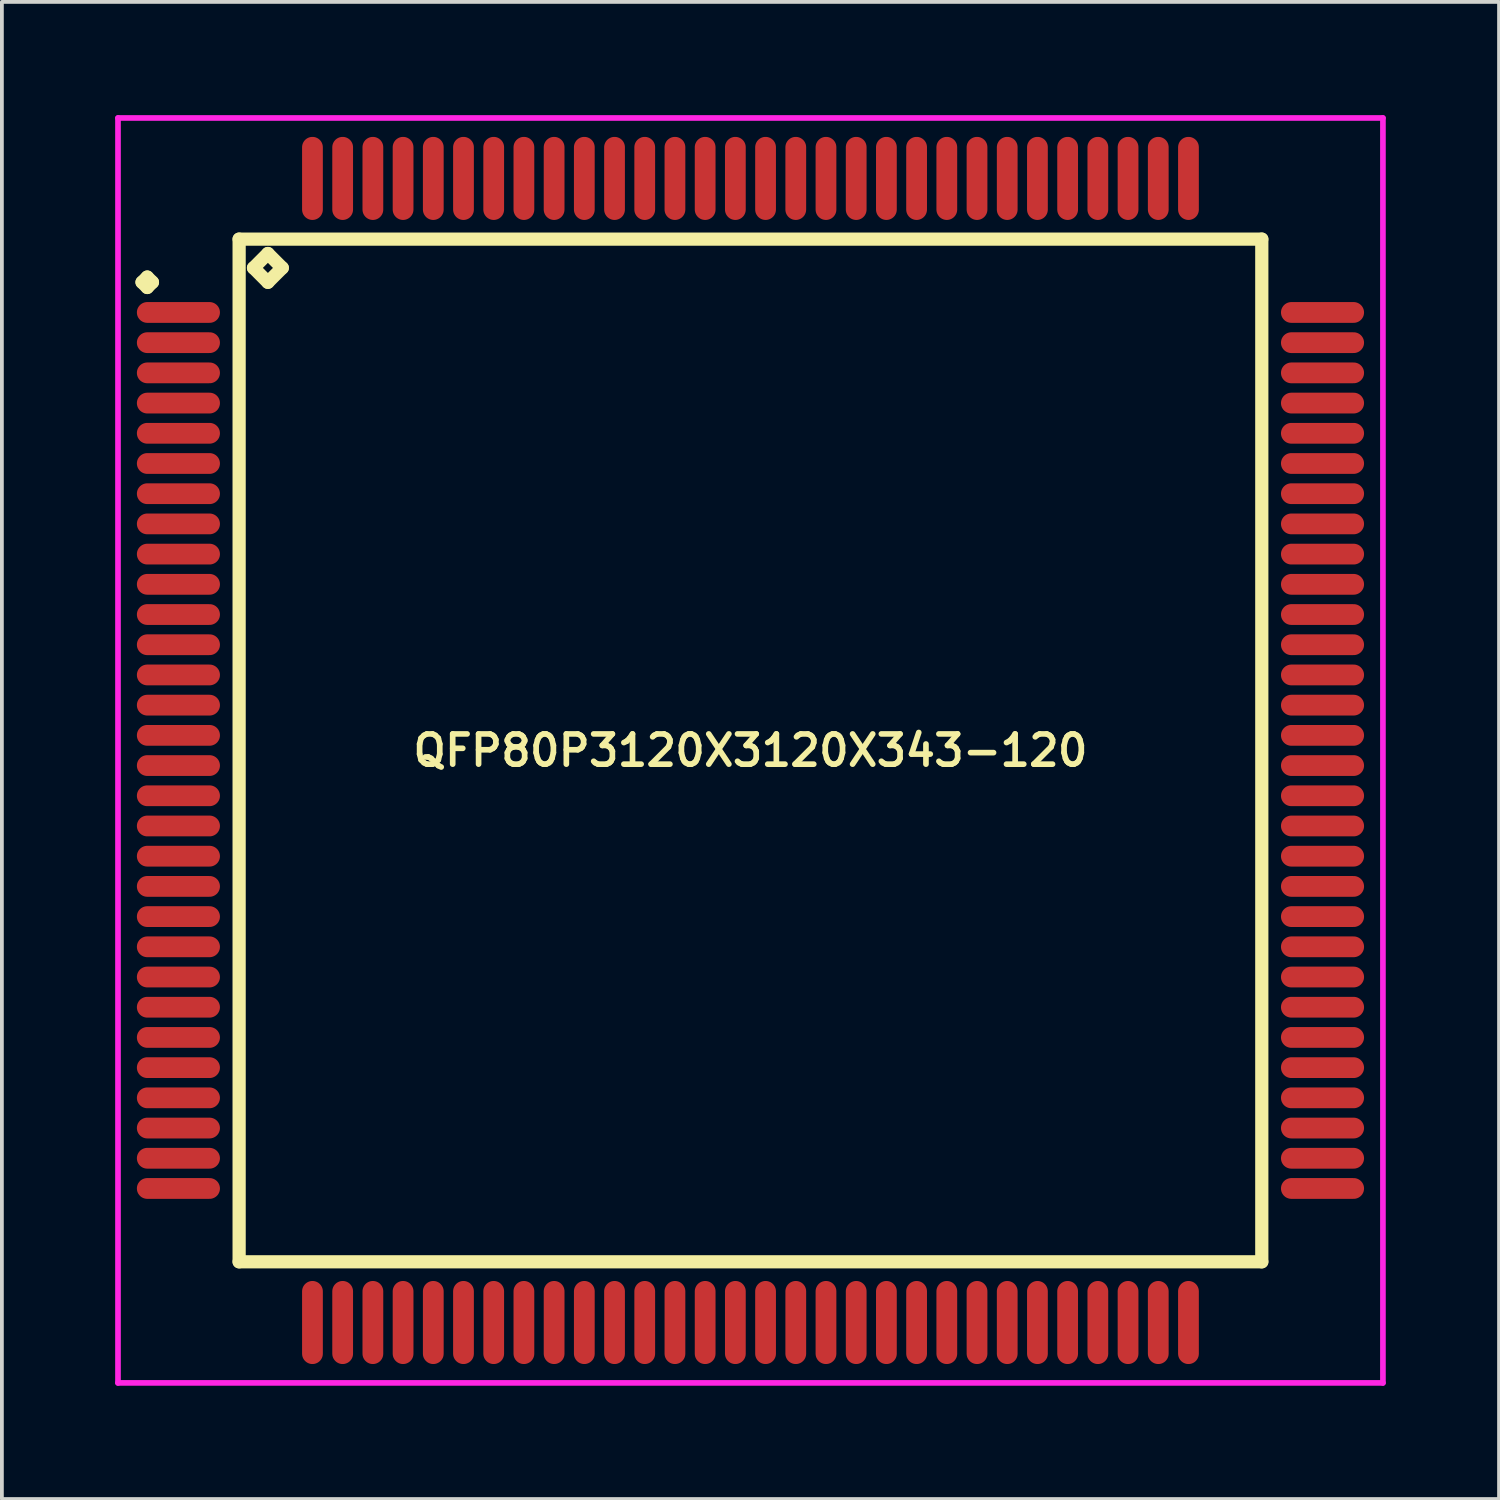
<source format=kicad_pcb>
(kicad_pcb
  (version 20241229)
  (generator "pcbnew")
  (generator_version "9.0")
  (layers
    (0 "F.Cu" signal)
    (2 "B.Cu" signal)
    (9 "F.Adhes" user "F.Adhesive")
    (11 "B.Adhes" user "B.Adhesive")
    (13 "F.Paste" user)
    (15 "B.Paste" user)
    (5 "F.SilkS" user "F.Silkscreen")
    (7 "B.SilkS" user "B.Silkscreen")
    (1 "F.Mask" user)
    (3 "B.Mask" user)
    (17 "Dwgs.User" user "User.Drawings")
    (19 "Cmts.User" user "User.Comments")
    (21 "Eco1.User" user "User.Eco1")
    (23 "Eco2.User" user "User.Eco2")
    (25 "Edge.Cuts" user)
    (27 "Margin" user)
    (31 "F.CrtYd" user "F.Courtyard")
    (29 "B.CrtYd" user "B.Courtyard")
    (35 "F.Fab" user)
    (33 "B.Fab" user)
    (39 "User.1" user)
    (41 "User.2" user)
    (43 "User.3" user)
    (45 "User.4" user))
  (footprint "QFP80P3120X3120X343-120"
    (layer "F.Cu")
    (at 16.825 16.825)
    (property "Reference" "QFP80P3120X3120X343-120" (at 0 0 0) (layer "F.SilkS") (effects (font (size 0.8 0.8) (thickness 0.15))))
    (attr smd)
    (fp_line (start -16.113 -12.4) (end -15.975 -12.537) (stroke (width 0.35) (type solid)) (layer "F.SilkS"))
    (fp_line (start -15.975 -12.537) (end -15.838 -12.4) (stroke (width 0.35) (type solid)) (layer "F.SilkS"))
    (fp_line (start -15.975 -12.262) (end -16.113 -12.4) (stroke (width 0.35) (type solid)) (layer "F.SilkS"))
    (fp_line (start -15.838 -12.4) (end -15.975 -12.262) (stroke (width 0.35) (type solid)) (layer "F.SilkS"))
    (fp_line (start -13.542 -13.542) (end -13.542 13.542) (stroke (width 0.35) (type solid)) (layer "F.SilkS"))
    (fp_line (start -13.542 13.542) (end 13.542 13.542) (stroke (width 0.35) (type solid)) (layer "F.SilkS"))
    (fp_line (start -13.161 -12.78) (end -12.78 -13.161) (stroke (width 0.35) (type solid)) (layer "F.SilkS"))
    (fp_line (start -12.78 -13.161) (end -12.399 -12.78) (stroke (width 0.35) (type solid)) (layer "F.SilkS"))
    (fp_line (start -12.78 -12.399) (end -13.161 -12.78) (stroke (width 0.35) (type solid)) (layer "F.SilkS"))
    (fp_line (start -12.399 -12.78) (end -12.78 -12.399) (stroke (width 0.35) (type solid)) (layer "F.SilkS"))
    (fp_line (start 13.542 -13.542) (end -13.542 -13.542) (stroke (width 0.35) (type solid)) (layer "F.SilkS"))
    (fp_line (start 13.542 13.542) (end 13.542 -13.542) (stroke (width 0.35) (type solid)) (layer "F.SilkS"))
    (fp_line (start -16.75 -16.75) (end 16.75 -16.75) (stroke (width 0.15) (type solid)) (layer "F.CrtYd"))
    (fp_line (start -16.75 16.75) (end -16.75 -16.75) (stroke (width 0.15) (type solid)) (layer "F.CrtYd"))
    (fp_line (start 16.75 -16.75) (end 16.75 16.75) (stroke (width 0.15) (type solid)) (layer "F.CrtYd"))
    (fp_line (start 16.75 16.75) (end -16.75 16.75) (stroke (width 0.15) (type solid)) (layer "F.CrtYd"))
    (pad "1" smd oval (at -15.15 -11.6) (size 2.2 0.55) (layers "F.Cu" "F.Mask" "F.Paste"))
    (pad "2" smd oval (at -15.15 -10.8) (size 2.2 0.55) (layers "F.Cu" "F.Mask" "F.Paste"))
    (pad "3" smd oval (at -15.15 -10) (size 2.2 0.55) (layers "F.Cu" "F.Mask" "F.Paste"))
    (pad "4" smd oval (at -15.15 -9.2) (size 2.2 0.55) (layers "F.Cu" "F.Mask" "F.Paste"))
    (pad "5" smd oval (at -15.15 -8.4) (size 2.2 0.55) (layers "F.Cu" "F.Mask" "F.Paste"))
    (pad "6" smd oval (at -15.15 -7.6) (size 2.2 0.55) (layers "F.Cu" "F.Mask" "F.Paste"))
    (pad "7" smd oval (at -15.15 -6.8) (size 2.2 0.55) (layers "F.Cu" "F.Mask" "F.Paste"))
    (pad "8" smd oval (at -15.15 -6) (size 2.2 0.55) (layers "F.Cu" "F.Mask" "F.Paste"))
    (pad "9" smd oval (at -15.15 -5.2) (size 2.2 0.55) (layers "F.Cu" "F.Mask" "F.Paste"))
    (pad "10" smd oval (at -15.15 -4.4) (size 2.2 0.55) (layers "F.Cu" "F.Mask" "F.Paste"))
    (pad "11" smd oval (at -15.15 -3.6) (size 2.2 0.55) (layers "F.Cu" "F.Mask" "F.Paste"))
    (pad "12" smd oval (at -15.15 -2.8) (size 2.2 0.55) (layers "F.Cu" "F.Mask" "F.Paste"))
    (pad "13" smd oval (at -15.15 -2) (size 2.2 0.55) (layers "F.Cu" "F.Mask" "F.Paste"))
    (pad "14" smd oval (at -15.15 -1.2) (size 2.2 0.55) (layers "F.Cu" "F.Mask" "F.Paste"))
    (pad "15" smd oval (at -15.15 -0.4) (size 2.2 0.55) (layers "F.Cu" "F.Mask" "F.Paste"))
    (pad "16" smd oval (at -15.15 0.4) (size 2.2 0.55) (layers "F.Cu" "F.Mask" "F.Paste"))
    (pad "17" smd oval (at -15.15 1.2) (size 2.2 0.55) (layers "F.Cu" "F.Mask" "F.Paste"))
    (pad "18" smd oval (at -15.15 2) (size 2.2 0.55) (layers "F.Cu" "F.Mask" "F.Paste"))
    (pad "19" smd oval (at -15.15 2.8) (size 2.2 0.55) (layers "F.Cu" "F.Mask" "F.Paste"))
    (pad "20" smd oval (at -15.15 3.6) (size 2.2 0.55) (layers "F.Cu" "F.Mask" "F.Paste"))
    (pad "21" smd oval (at -15.15 4.4) (size 2.2 0.55) (layers "F.Cu" "F.Mask" "F.Paste"))
    (pad "22" smd oval (at -15.15 5.2) (size 2.2 0.55) (layers "F.Cu" "F.Mask" "F.Paste"))
    (pad "23" smd oval (at -15.15 6) (size 2.2 0.55) (layers "F.Cu" "F.Mask" "F.Paste"))
    (pad "24" smd oval (at -15.15 6.8) (size 2.2 0.55) (layers "F.Cu" "F.Mask" "F.Paste"))
    (pad "25" smd oval (at -15.15 7.6) (size 2.2 0.55) (layers "F.Cu" "F.Mask" "F.Paste"))
    (pad "26" smd oval (at -15.15 8.4) (size 2.2 0.55) (layers "F.Cu" "F.Mask" "F.Paste"))
    (pad "27" smd oval (at -15.15 9.2) (size 2.2 0.55) (layers "F.Cu" "F.Mask" "F.Paste"))
    (pad "28" smd oval (at -15.15 10) (size 2.2 0.55) (layers "F.Cu" "F.Mask" "F.Paste"))
    (pad "29" smd oval (at -15.15 10.8) (size 2.2 0.55) (layers "F.Cu" "F.Mask" "F.Paste"))
    (pad "30" smd oval (at -15.15 11.6) (size 2.2 0.55) (layers "F.Cu" "F.Mask" "F.Paste"))
    (pad "31" smd oval (at -11.6 15.15) (size 0.55 2.2) (layers "F.Cu" "F.Mask" "F.Paste"))
    (pad "32" smd oval (at -10.8 15.15) (size 0.55 2.2) (layers "F.Cu" "F.Mask" "F.Paste"))
    (pad "33" smd oval (at -10 15.15) (size 0.55 2.2) (layers "F.Cu" "F.Mask" "F.Paste"))
    (pad "34" smd oval (at -9.2 15.15) (size 0.55 2.2) (layers "F.Cu" "F.Mask" "F.Paste"))
    (pad "35" smd oval (at -8.4 15.15) (size 0.55 2.2) (layers "F.Cu" "F.Mask" "F.Paste"))
    (pad "36" smd oval (at -7.6 15.15) (size 0.55 2.2) (layers "F.Cu" "F.Mask" "F.Paste"))
    (pad "37" smd oval (at -6.8 15.15) (size 0.55 2.2) (layers "F.Cu" "F.Mask" "F.Paste"))
    (pad "38" smd oval (at -6 15.15) (size 0.55 2.2) (layers "F.Cu" "F.Mask" "F.Paste"))
    (pad "39" smd oval (at -5.2 15.15) (size 0.55 2.2) (layers "F.Cu" "F.Mask" "F.Paste"))
    (pad "40" smd oval (at -4.4 15.15) (size 0.55 2.2) (layers "F.Cu" "F.Mask" "F.Paste"))
    (pad "41" smd oval (at -3.6 15.15) (size 0.55 2.2) (layers "F.Cu" "F.Mask" "F.Paste"))
    (pad "42" smd oval (at -2.8 15.15) (size 0.55 2.2) (layers "F.Cu" "F.Mask" "F.Paste"))
    (pad "43" smd oval (at -2 15.15) (size 0.55 2.2) (layers "F.Cu" "F.Mask" "F.Paste"))
    (pad "44" smd oval (at -1.2 15.15) (size 0.55 2.2) (layers "F.Cu" "F.Mask" "F.Paste"))
    (pad "45" smd oval (at -0.4 15.15) (size 0.55 2.2) (layers "F.Cu" "F.Mask" "F.Paste"))
    (pad "46" smd oval (at 0.4 15.15) (size 0.55 2.2) (layers "F.Cu" "F.Mask" "F.Paste"))
    (pad "47" smd oval (at 1.2 15.15) (size 0.55 2.2) (layers "F.Cu" "F.Mask" "F.Paste"))
    (pad "48" smd oval (at 2 15.15) (size 0.55 2.2) (layers "F.Cu" "F.Mask" "F.Paste"))
    (pad "49" smd oval (at 2.8 15.15) (size 0.55 2.2) (layers "F.Cu" "F.Mask" "F.Paste"))
    (pad "50" smd oval (at 3.6 15.15) (size 0.55 2.2) (layers "F.Cu" "F.Mask" "F.Paste"))
    (pad "51" smd oval (at 4.4 15.15) (size 0.55 2.2) (layers "F.Cu" "F.Mask" "F.Paste"))
    (pad "52" smd oval (at 5.2 15.15) (size 0.55 2.2) (layers "F.Cu" "F.Mask" "F.Paste"))
    (pad "53" smd oval (at 6 15.15) (size 0.55 2.2) (layers "F.Cu" "F.Mask" "F.Paste"))
    (pad "54" smd oval (at 6.8 15.15) (size 0.55 2.2) (layers "F.Cu" "F.Mask" "F.Paste"))
    (pad "55" smd oval (at 7.6 15.15) (size 0.55 2.2) (layers "F.Cu" "F.Mask" "F.Paste"))
    (pad "56" smd oval (at 8.4 15.15) (size 0.55 2.2) (layers "F.Cu" "F.Mask" "F.Paste"))
    (pad "57" smd oval (at 9.2 15.15) (size 0.55 2.2) (layers "F.Cu" "F.Mask" "F.Paste"))
    (pad "58" smd oval (at 10 15.15) (size 0.55 2.2) (layers "F.Cu" "F.Mask" "F.Paste"))
    (pad "59" smd oval (at 10.8 15.15) (size 0.55 2.2) (layers "F.Cu" "F.Mask" "F.Paste"))
    (pad "60" smd oval (at 11.6 15.15) (size 0.55 2.2) (layers "F.Cu" "F.Mask" "F.Paste"))
    (pad "61" smd oval (at 15.15 11.6) (size 2.2 0.55) (layers "F.Cu" "F.Mask" "F.Paste"))
    (pad "62" smd oval (at 15.15 10.8) (size 2.2 0.55) (layers "F.Cu" "F.Mask" "F.Paste"))
    (pad "63" smd oval (at 15.15 10) (size 2.2 0.55) (layers "F.Cu" "F.Mask" "F.Paste"))
    (pad "64" smd oval (at 15.15 9.2) (size 2.2 0.55) (layers "F.Cu" "F.Mask" "F.Paste"))
    (pad "65" smd oval (at 15.15 8.4) (size 2.2 0.55) (layers "F.Cu" "F.Mask" "F.Paste"))
    (pad "66" smd oval (at 15.15 7.6) (size 2.2 0.55) (layers "F.Cu" "F.Mask" "F.Paste"))
    (pad "67" smd oval (at 15.15 6.8) (size 2.2 0.55) (layers "F.Cu" "F.Mask" "F.Paste"))
    (pad "68" smd oval (at 15.15 6) (size 2.2 0.55) (layers "F.Cu" "F.Mask" "F.Paste"))
    (pad "69" smd oval (at 15.15 5.2) (size 2.2 0.55) (layers "F.Cu" "F.Mask" "F.Paste"))
    (pad "70" smd oval (at 15.15 4.4) (size 2.2 0.55) (layers "F.Cu" "F.Mask" "F.Paste"))
    (pad "71" smd oval (at 15.15 3.6) (size 2.2 0.55) (layers "F.Cu" "F.Mask" "F.Paste"))
    (pad "72" smd oval (at 15.15 2.8) (size 2.2 0.55) (layers "F.Cu" "F.Mask" "F.Paste"))
    (pad "73" smd oval (at 15.15 2) (size 2.2 0.55) (layers "F.Cu" "F.Mask" "F.Paste"))
    (pad "74" smd oval (at 15.15 1.2) (size 2.2 0.55) (layers "F.Cu" "F.Mask" "F.Paste"))
    (pad "75" smd oval (at 15.15 0.4) (size 2.2 0.55) (layers "F.Cu" "F.Mask" "F.Paste"))
    (pad "76" smd oval (at 15.15 -0.4) (size 2.2 0.55) (layers "F.Cu" "F.Mask" "F.Paste"))
    (pad "77" smd oval (at 15.15 -1.2) (size 2.2 0.55) (layers "F.Cu" "F.Mask" "F.Paste"))
    (pad "78" smd oval (at 15.15 -2) (size 2.2 0.55) (layers "F.Cu" "F.Mask" "F.Paste"))
    (pad "79" smd oval (at 15.15 -2.8) (size 2.2 0.55) (layers "F.Cu" "F.Mask" "F.Paste"))
    (pad "80" smd oval (at 15.15 -3.6) (size 2.2 0.55) (layers "F.Cu" "F.Mask" "F.Paste"))
    (pad "81" smd oval (at 15.15 -4.4) (size 2.2 0.55) (layers "F.Cu" "F.Mask" "F.Paste"))
    (pad "82" smd oval (at 15.15 -5.2) (size 2.2 0.55) (layers "F.Cu" "F.Mask" "F.Paste"))
    (pad "83" smd oval (at 15.15 -6) (size 2.2 0.55) (layers "F.Cu" "F.Mask" "F.Paste"))
    (pad "84" smd oval (at 15.15 -6.8) (size 2.2 0.55) (layers "F.Cu" "F.Mask" "F.Paste"))
    (pad "85" smd oval (at 15.15 -7.6) (size 2.2 0.55) (layers "F.Cu" "F.Mask" "F.Paste"))
    (pad "86" smd oval (at 15.15 -8.4) (size 2.2 0.55) (layers "F.Cu" "F.Mask" "F.Paste"))
    (pad "87" smd oval (at 15.15 -9.2) (size 2.2 0.55) (layers "F.Cu" "F.Mask" "F.Paste"))
    (pad "88" smd oval (at 15.15 -10) (size 2.2 0.55) (layers "F.Cu" "F.Mask" "F.Paste"))
    (pad "89" smd oval (at 15.15 -10.8) (size 2.2 0.55) (layers "F.Cu" "F.Mask" "F.Paste"))
    (pad "90" smd oval (at 15.15 -11.6) (size 2.2 0.55) (layers "F.Cu" "F.Mask" "F.Paste"))
    (pad "91" smd oval (at 11.6 -15.15) (size 0.55 2.2) (layers "F.Cu" "F.Mask" "F.Paste"))
    (pad "92" smd oval (at 10.8 -15.15) (size 0.55 2.2) (layers "F.Cu" "F.Mask" "F.Paste"))
    (pad "93" smd oval (at 10 -15.15) (size 0.55 2.2) (layers "F.Cu" "F.Mask" "F.Paste"))
    (pad "94" smd oval (at 9.2 -15.15) (size 0.55 2.2) (layers "F.Cu" "F.Mask" "F.Paste"))
    (pad "95" smd oval (at 8.4 -15.15) (size 0.55 2.2) (layers "F.Cu" "F.Mask" "F.Paste"))
    (pad "96" smd oval (at 7.6 -15.15) (size 0.55 2.2) (layers "F.Cu" "F.Mask" "F.Paste"))
    (pad "97" smd oval (at 6.8 -15.15) (size 0.55 2.2) (layers "F.Cu" "F.Mask" "F.Paste"))
    (pad "98" smd oval (at 6 -15.15) (size 0.55 2.2) (layers "F.Cu" "F.Mask" "F.Paste"))
    (pad "99" smd oval (at 5.2 -15.15) (size 0.55 2.2) (layers "F.Cu" "F.Mask" "F.Paste"))
    (pad "100" smd oval (at 4.4 -15.15) (size 0.55 2.2) (layers "F.Cu" "F.Mask" "F.Paste"))
    (pad "101" smd oval (at 3.6 -15.15) (size 0.55 2.2) (layers "F.Cu" "F.Mask" "F.Paste"))
    (pad "102" smd oval (at 2.8 -15.15) (size 0.55 2.2) (layers "F.Cu" "F.Mask" "F.Paste"))
    (pad "103" smd oval (at 2 -15.15) (size 0.55 2.2) (layers "F.Cu" "F.Mask" "F.Paste"))
    (pad "104" smd oval (at 1.2 -15.15) (size 0.55 2.2) (layers "F.Cu" "F.Mask" "F.Paste"))
    (pad "105" smd oval (at 0.4 -15.15) (size 0.55 2.2) (layers "F.Cu" "F.Mask" "F.Paste"))
    (pad "106" smd oval (at -0.4 -15.15) (size 0.55 2.2) (layers "F.Cu" "F.Mask" "F.Paste"))
    (pad "107" smd oval (at -1.2 -15.15) (size 0.55 2.2) (layers "F.Cu" "F.Mask" "F.Paste"))
    (pad "108" smd oval (at -2 -15.15) (size 0.55 2.2) (layers "F.Cu" "F.Mask" "F.Paste"))
    (pad "109" smd oval (at -2.8 -15.15) (size 0.55 2.2) (layers "F.Cu" "F.Mask" "F.Paste"))
    (pad "110" smd oval (at -3.6 -15.15) (size 0.55 2.2) (layers "F.Cu" "F.Mask" "F.Paste"))
    (pad "111" smd oval (at -4.4 -15.15) (size 0.55 2.2) (layers "F.Cu" "F.Mask" "F.Paste"))
    (pad "112" smd oval (at -5.2 -15.15) (size 0.55 2.2) (layers "F.Cu" "F.Mask" "F.Paste"))
    (pad "113" smd oval (at -6 -15.15) (size 0.55 2.2) (layers "F.Cu" "F.Mask" "F.Paste"))
    (pad "114" smd oval (at -6.8 -15.15) (size 0.55 2.2) (layers "F.Cu" "F.Mask" "F.Paste"))
    (pad "115" smd oval (at -7.6 -15.15) (size 0.55 2.2) (layers "F.Cu" "F.Mask" "F.Paste"))
    (pad "116" smd oval (at -8.4 -15.15) (size 0.55 2.2) (layers "F.Cu" "F.Mask" "F.Paste"))
    (pad "117" smd oval (at -9.2 -15.15) (size 0.55 2.2) (layers "F.Cu" "F.Mask" "F.Paste"))
    (pad "118" smd oval (at -10 -15.15) (size 0.55 2.2) (layers "F.Cu" "F.Mask" "F.Paste"))
    (pad "119" smd oval (at -10.8 -15.15) (size 0.55 2.2) (layers "F.Cu" "F.Mask" "F.Paste"))
    (pad "120" smd oval (at -11.6 -15.15) (size 0.55 2.2) (layers "F.Cu" "F.Mask" "F.Paste")))
  (gr_rect
    (start -3 -3)
    (end 36.65 36.65)
    (stroke (width 0.1) (type default))
    (fill no)
    (layer "Edge.Cuts")))
</source>
